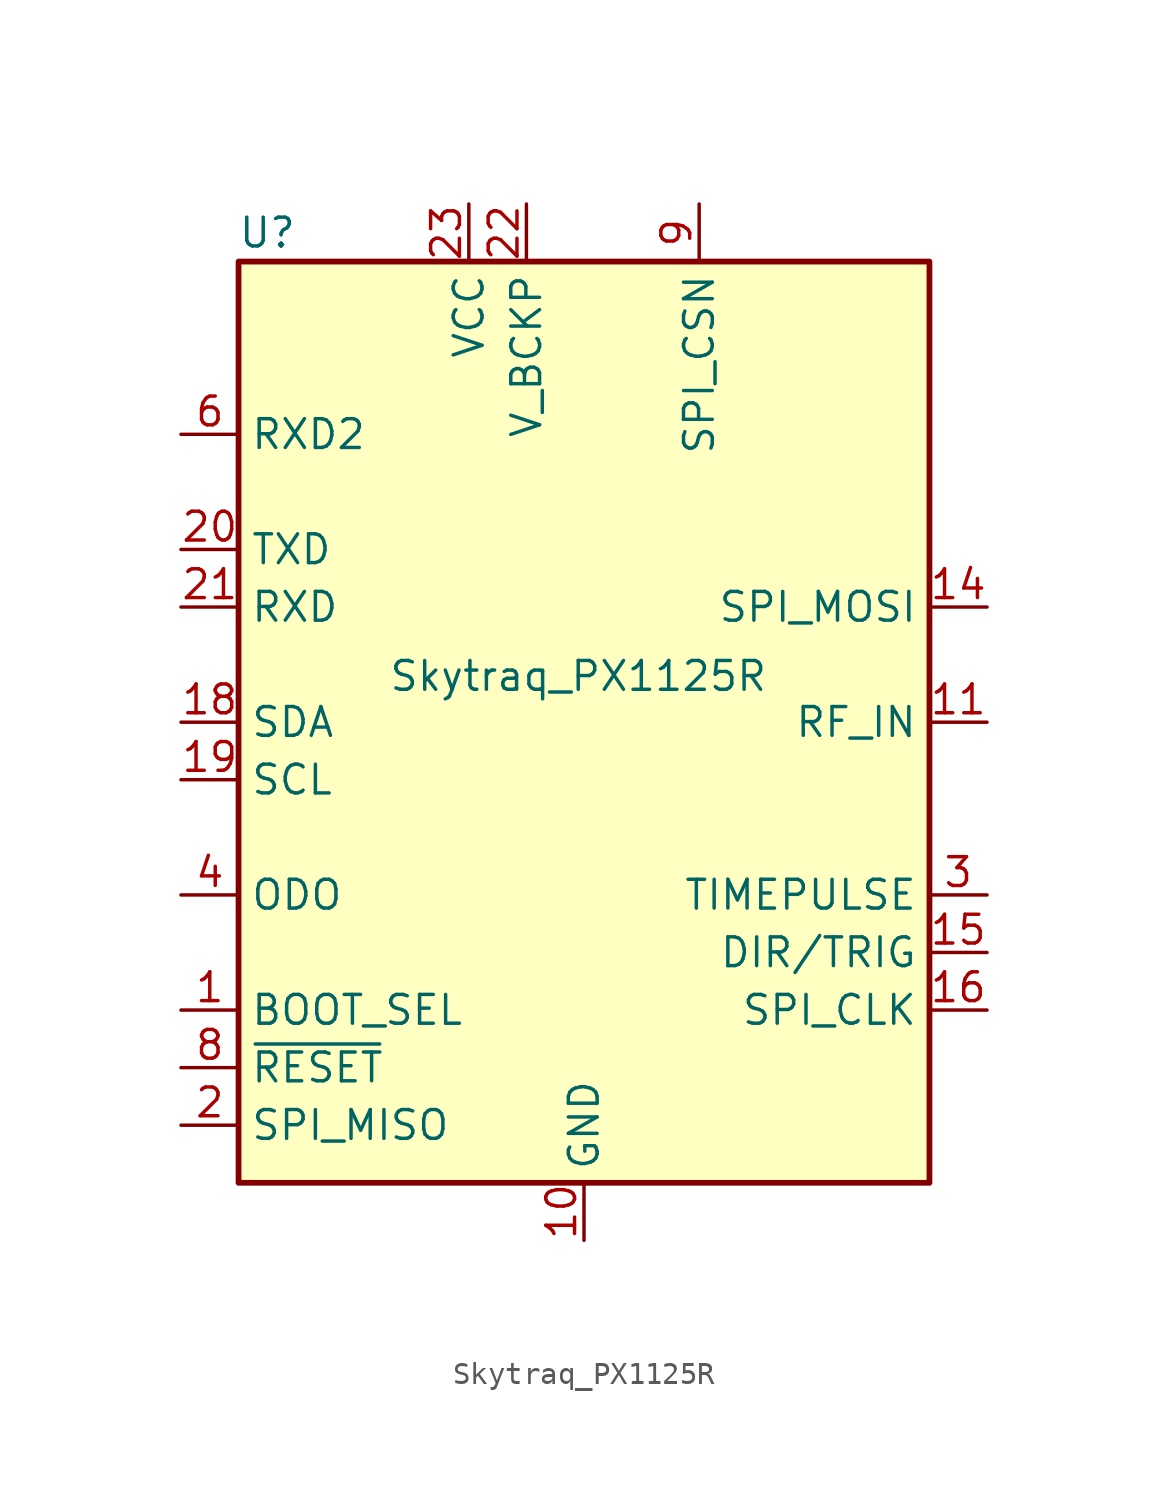
<source format=kicad_sym>
(kicad_symbol_lib
  (version 20231120)
  (generator "kicad_symbol_editor")
  (generator_version "8.0")
  (symbol "Skytraq_PX1125R"
    (property "Reference" "U"
      (at -13.97 21.59 0)
      (effects (font (size 1.27 1.27))))
    (property "Value" "Skytraq_PX1125R"
      (at -0.254 2.032 0)
      (effects (font (size 1.27 1.27))))
    (symbol "Skytraq_PX1125R_0_1"
      (rectangle (start -15.24 20.32) (end 15.24 -20.32) (stroke (width 0.254) (type default)) (fill (type background))))
    (symbol "Skytraq_PX1125R_1_1"
      (pin input line (at -17.78 -12.7 0) (length 2.54) (name "BOOT_SEL" (effects (font (size 1.27 1.27)))) (number "1" (effects (font (size 1.27 1.27)))))
      (pin power_in line (at 0 -22.86 90) (length 2.54) (name "GND" (effects (font (size 1.27 1.27)))) (number "10" (effects (font (size 1.27 1.27)))))
      (pin input line (at 17.78 0 180) (length 2.54) (name "RF_IN" (effects (font (size 1.27 1.27)))) (number "11" (effects (font (size 1.27 1.27)))))
      (pin passive line (at 0 -22.86 90) (length 2.54) hide (name "GND" (effects (font (size 1.27 1.27)))) (number "12" (effects (font (size 1.27 1.27)))))
      (pin passive line (at 0 -22.86 90) (length 2.54) hide (name "GND" (effects (font (size 1.27 1.27)))) (number "13" (effects (font (size 1.27 1.27)))))
      (pin input line (at 17.78 5.08 180) (length 2.54) (name "SPI_MOSI" (effects (font (size 1.27 1.27)))) (number "14" (effects (font (size 1.27 1.27)))))
      (pin bidirectional line (at 17.78 -10.16 180) (length 2.54) (name "DIR/TRIG" (effects (font (size 1.27 1.27)))) (number "15" (effects (font (size 1.27 1.27)))))
      (pin input line (at 17.78 -12.7 180) (length 2.54) (name "SPI_CLK" (effects (font (size 1.27 1.27)))) (number "16" (effects (font (size 1.27 1.27)))))
      (pin no_connect line (at 17.78 -17.78 180) (length 2.54) hide (name "RESERVED" (effects (font (size 1.27 1.27)))) (number "17" (effects (font (size 1.27 1.27)))))
      (pin bidirectional line (at -17.78 0 0) (length 2.54) (name "SDA" (effects (font (size 1.27 1.27)))) (number "18" (effects (font (size 1.27 1.27)))))
      (pin input line (at -17.78 -2.54 0) (length 2.54) (name "SCL" (effects (font (size 1.27 1.27)))) (number "19" (effects (font (size 1.27 1.27)))))
      (pin output line (at -17.78 -17.78 0) (length 2.54) (name "SPI_MISO" (effects (font (size 1.27 1.27)))) (number "2" (effects (font (size 1.27 1.27)))))
      (pin output line (at -17.78 7.62 0) (length 2.54) (name "TXD" (effects (font (size 1.27 1.27)))) (number "20" (effects (font (size 1.27 1.27)))))
      (pin input line (at -17.78 5.08 0) (length 2.54) (name "RXD" (effects (font (size 1.27 1.27)))) (number "21" (effects (font (size 1.27 1.27)))))
      (pin power_in line (at -2.54 22.86 270) (length 2.54) (name "V_BCKP" (effects (font (size 1.27 1.27)))) (number "22" (effects (font (size 1.27 1.27)))))
      (pin power_in line (at -5.08 22.86 270) (length 2.54) (name "VCC" (effects (font (size 1.27 1.27)))) (number "23" (effects (font (size 1.27 1.27)))))
      (pin passive line (at 0 -22.86 90) (length 2.54) hide (name "GND" (effects (font (size 1.27 1.27)))) (number "24" (effects (font (size 1.27 1.27)))))
      (pin output line (at 17.78 -7.62 180) (length 2.54) (name "TIMEPULSE" (effects (font (size 1.27 1.27)))) (number "3" (effects (font (size 1.27 1.27)))))
      (pin input line (at -17.78 -7.62 0) (length 2.54) (name "ODO" (effects (font (size 1.27 1.27)))) (number "4" (effects (font (size 1.27 1.27)))))
      (pin no_connect line (at -17.78 15.24 0) (length 2.54) hide (name "NC" (effects (font (size 1.27 1.27)))) (number "5" (effects (font (size 1.27 1.27)))))
      (pin input line (at -17.78 12.7 0) (length 2.54) (name "RXD2" (effects (font (size 1.27 1.27)))) (number "6" (effects (font (size 1.27 1.27)))))
      (pin no_connect line (at 0 22.86 270) (length 2.54) hide (name "NC" (effects (font (size 1.27 1.27)))) (number "7" (effects (font (size 1.27 1.27)))))
      (pin input line (at -17.78 -15.24 0) (length 2.54) (name "~{RESET}" (effects (font (size 1.27 1.27)))) (number "8" (effects (font (size 1.27 1.27)))))
      (pin input line (at 5.08 22.86 270) (length 2.54) (name "SPI_CSN" (effects (font (size 1.27 1.27)))) (number "9" (effects (font (size 1.27 1.27))))))))
</source>
